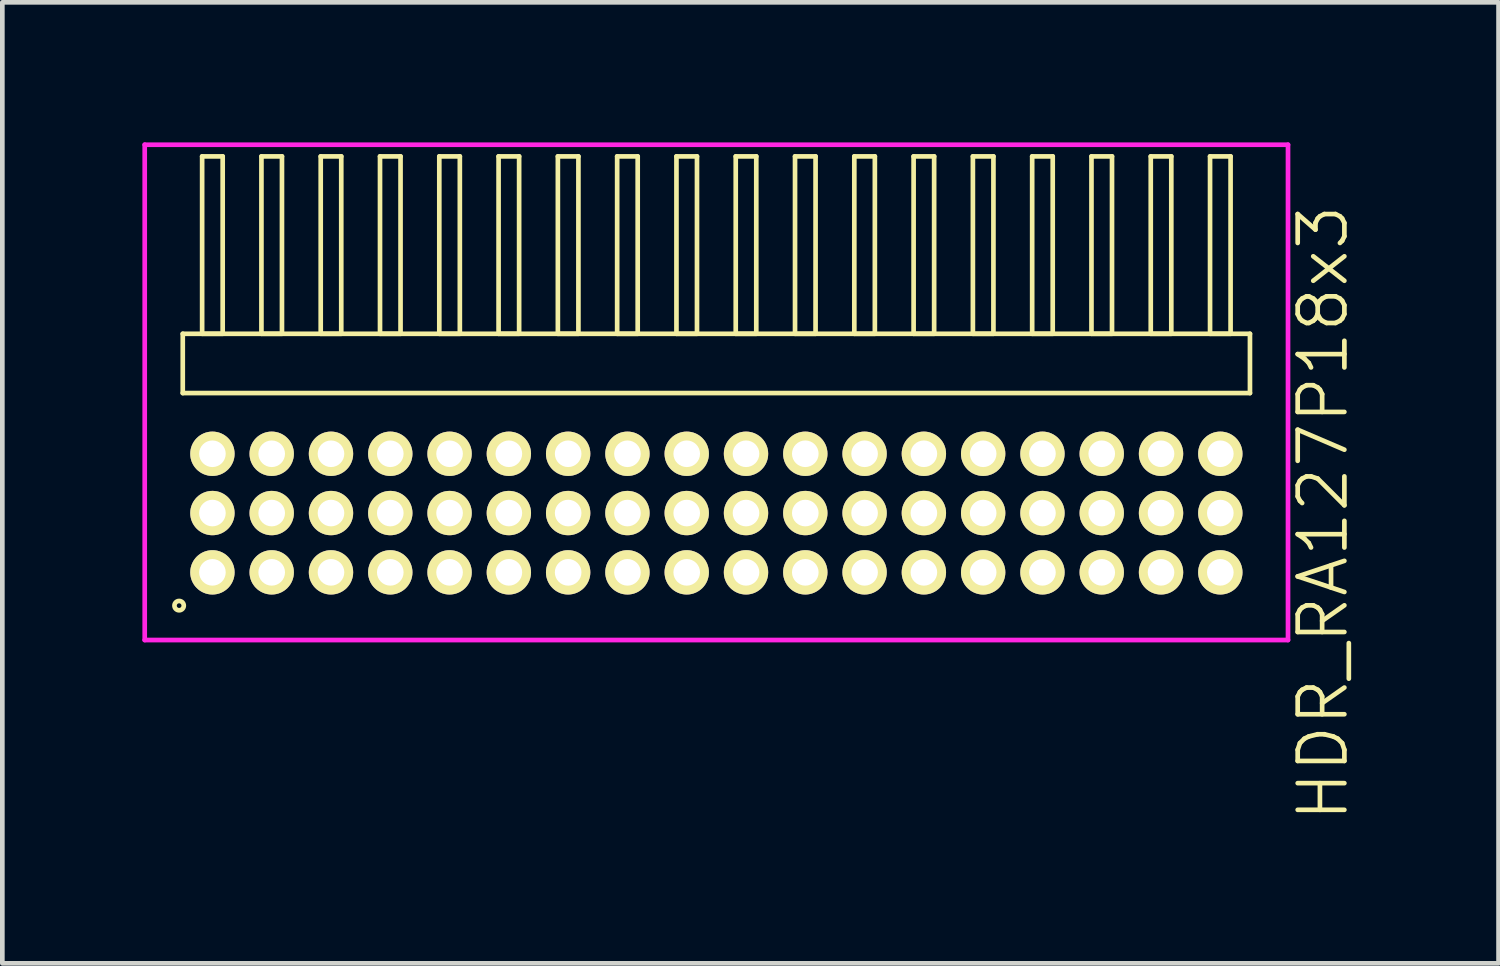
<source format=kicad_pcb>
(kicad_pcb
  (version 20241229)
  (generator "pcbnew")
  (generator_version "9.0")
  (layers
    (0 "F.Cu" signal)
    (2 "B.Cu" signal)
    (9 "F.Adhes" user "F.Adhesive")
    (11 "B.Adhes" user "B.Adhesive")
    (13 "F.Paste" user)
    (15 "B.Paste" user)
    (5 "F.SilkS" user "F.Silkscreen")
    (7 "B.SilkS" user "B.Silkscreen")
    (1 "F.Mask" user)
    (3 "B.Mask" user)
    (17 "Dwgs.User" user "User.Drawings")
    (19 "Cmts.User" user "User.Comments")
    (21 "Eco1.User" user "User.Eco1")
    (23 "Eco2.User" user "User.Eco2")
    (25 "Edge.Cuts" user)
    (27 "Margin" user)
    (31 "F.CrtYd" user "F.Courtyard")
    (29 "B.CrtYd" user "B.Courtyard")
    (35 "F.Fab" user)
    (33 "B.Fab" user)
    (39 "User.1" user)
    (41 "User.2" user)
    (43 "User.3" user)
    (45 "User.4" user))
  (footprint "HDR_RA127P18x3"
    (layer "F.Cu")
    (at 12.295 7.94)
    (property "Reference" "HDR_RA127P18x3" (at 12.995 0 90) (layer "F.SilkS") (effects (font (size 1 1) (thickness 0.1))))
    (attr through_hole)
    (fp_line (start -11.43 -3.84) (end -11.43 -2.57) (stroke (width 0.1) (type solid)) (layer "F.SilkS"))
    (fp_line (start -11.43 -2.57) (end 11.43 -2.57) (stroke (width 0.1) (type solid)) (layer "F.SilkS"))
    (fp_line (start -11.015 -7.64) (end -11.015 -3.84) (stroke (width 0.1) (type solid)) (layer "F.SilkS"))
    (fp_line (start -11.015 -3.84) (end -10.575 -3.84) (stroke (width 0.1) (type solid)) (layer "F.SilkS"))
    (fp_line (start -10.575 -7.64) (end -11.015 -7.64) (stroke (width 0.1) (type solid)) (layer "F.SilkS"))
    (fp_line (start -10.575 -3.84) (end -10.575 -7.64) (stroke (width 0.1) (type solid)) (layer "F.SilkS"))
    (fp_line (start -9.745 -7.64) (end -9.745 -3.84) (stroke (width 0.1) (type solid)) (layer "F.SilkS"))
    (fp_line (start -9.745 -3.84) (end -9.305 -3.84) (stroke (width 0.1) (type solid)) (layer "F.SilkS"))
    (fp_line (start -9.305 -7.64) (end -9.745 -7.64) (stroke (width 0.1) (type solid)) (layer "F.SilkS"))
    (fp_line (start -9.305 -3.84) (end -9.305 -7.64) (stroke (width 0.1) (type solid)) (layer "F.SilkS"))
    (fp_line (start -8.475 -7.64) (end -8.475 -3.84) (stroke (width 0.1) (type solid)) (layer "F.SilkS"))
    (fp_line (start -8.475 -3.84) (end -8.035 -3.84) (stroke (width 0.1) (type solid)) (layer "F.SilkS"))
    (fp_line (start -8.035 -7.64) (end -8.475 -7.64) (stroke (width 0.1) (type solid)) (layer "F.SilkS"))
    (fp_line (start -8.035 -3.84) (end -8.035 -7.64) (stroke (width 0.1) (type solid)) (layer "F.SilkS"))
    (fp_line (start -7.205 -7.64) (end -7.205 -3.84) (stroke (width 0.1) (type solid)) (layer "F.SilkS"))
    (fp_line (start -7.205 -3.84) (end -6.765 -3.84) (stroke (width 0.1) (type solid)) (layer "F.SilkS"))
    (fp_line (start -6.765 -7.64) (end -7.205 -7.64) (stroke (width 0.1) (type solid)) (layer "F.SilkS"))
    (fp_line (start -6.765 -3.84) (end -6.765 -7.64) (stroke (width 0.1) (type solid)) (layer "F.SilkS"))
    (fp_line (start -5.935 -7.64) (end -5.935 -3.84) (stroke (width 0.1) (type solid)) (layer "F.SilkS"))
    (fp_line (start -5.935 -3.84) (end -5.495 -3.84) (stroke (width 0.1) (type solid)) (layer "F.SilkS"))
    (fp_line (start -5.495 -7.64) (end -5.935 -7.64) (stroke (width 0.1) (type solid)) (layer "F.SilkS"))
    (fp_line (start -5.495 -3.84) (end -5.495 -7.64) (stroke (width 0.1) (type solid)) (layer "F.SilkS"))
    (fp_line (start -4.665 -7.64) (end -4.665 -3.84) (stroke (width 0.1) (type solid)) (layer "F.SilkS"))
    (fp_line (start -4.665 -3.84) (end -4.225 -3.84) (stroke (width 0.1) (type solid)) (layer "F.SilkS"))
    (fp_line (start -4.225 -7.64) (end -4.665 -7.64) (stroke (width 0.1) (type solid)) (layer "F.SilkS"))
    (fp_line (start -4.225 -3.84) (end -4.225 -7.64) (stroke (width 0.1) (type solid)) (layer "F.SilkS"))
    (fp_line (start -3.395 -7.64) (end -3.395 -3.84) (stroke (width 0.1) (type solid)) (layer "F.SilkS"))
    (fp_line (start -3.395 -3.84) (end -2.955 -3.84) (stroke (width 0.1) (type solid)) (layer "F.SilkS"))
    (fp_line (start -2.955 -7.64) (end -3.395 -7.64) (stroke (width 0.1) (type solid)) (layer "F.SilkS"))
    (fp_line (start -2.955 -3.84) (end -2.955 -7.64) (stroke (width 0.1) (type solid)) (layer "F.SilkS"))
    (fp_line (start -2.125 -7.64) (end -2.125 -3.84) (stroke (width 0.1) (type solid)) (layer "F.SilkS"))
    (fp_line (start -2.125 -3.84) (end -1.685 -3.84) (stroke (width 0.1) (type solid)) (layer "F.SilkS"))
    (fp_line (start -1.685 -7.64) (end -2.125 -7.64) (stroke (width 0.1) (type solid)) (layer "F.SilkS"))
    (fp_line (start -1.685 -3.84) (end -1.685 -7.64) (stroke (width 0.1) (type solid)) (layer "F.SilkS"))
    (fp_line (start -0.855 -7.64) (end -0.855 -3.84) (stroke (width 0.1) (type solid)) (layer "F.SilkS"))
    (fp_line (start -0.855 -3.84) (end -0.415 -3.84) (stroke (width 0.1) (type solid)) (layer "F.SilkS"))
    (fp_line (start -0.415 -7.64) (end -0.855 -7.64) (stroke (width 0.1) (type solid)) (layer "F.SilkS"))
    (fp_line (start -0.415 -3.84) (end -0.415 -7.64) (stroke (width 0.1) (type solid)) (layer "F.SilkS"))
    (fp_line (start 0.415 -7.64) (end 0.415 -3.84) (stroke (width 0.1) (type solid)) (layer "F.SilkS"))
    (fp_line (start 0.415 -3.84) (end 0.855 -3.84) (stroke (width 0.1) (type solid)) (layer "F.SilkS"))
    (fp_line (start 0.855 -7.64) (end 0.415 -7.64) (stroke (width 0.1) (type solid)) (layer "F.SilkS"))
    (fp_line (start 0.855 -3.84) (end 0.855 -7.64) (stroke (width 0.1) (type solid)) (layer "F.SilkS"))
    (fp_line (start 1.685 -7.64) (end 1.685 -3.84) (stroke (width 0.1) (type solid)) (layer "F.SilkS"))
    (fp_line (start 1.685 -3.84) (end 2.125 -3.84) (stroke (width 0.1) (type solid)) (layer "F.SilkS"))
    (fp_line (start 2.125 -7.64) (end 1.685 -7.64) (stroke (width 0.1) (type solid)) (layer "F.SilkS"))
    (fp_line (start 2.125 -3.84) (end 2.125 -7.64) (stroke (width 0.1) (type solid)) (layer "F.SilkS"))
    (fp_line (start 2.955 -7.64) (end 2.955 -3.84) (stroke (width 0.1) (type solid)) (layer "F.SilkS"))
    (fp_line (start 2.955 -3.84) (end 3.395 -3.84) (stroke (width 0.1) (type solid)) (layer "F.SilkS"))
    (fp_line (start 3.395 -7.64) (end 2.955 -7.64) (stroke (width 0.1) (type solid)) (layer "F.SilkS"))
    (fp_line (start 3.395 -3.84) (end 3.395 -7.64) (stroke (width 0.1) (type solid)) (layer "F.SilkS"))
    (fp_line (start 4.225 -7.64) (end 4.225 -3.84) (stroke (width 0.1) (type solid)) (layer "F.SilkS"))
    (fp_line (start 4.225 -3.84) (end 4.665 -3.84) (stroke (width 0.1) (type solid)) (layer "F.SilkS"))
    (fp_line (start 4.665 -7.64) (end 4.225 -7.64) (stroke (width 0.1) (type solid)) (layer "F.SilkS"))
    (fp_line (start 4.665 -3.84) (end 4.665 -7.64) (stroke (width 0.1) (type solid)) (layer "F.SilkS"))
    (fp_line (start 5.495 -7.64) (end 5.495 -3.84) (stroke (width 0.1) (type solid)) (layer "F.SilkS"))
    (fp_line (start 5.495 -3.84) (end 5.935 -3.84) (stroke (width 0.1) (type solid)) (layer "F.SilkS"))
    (fp_line (start 5.935 -7.64) (end 5.495 -7.64) (stroke (width 0.1) (type solid)) (layer "F.SilkS"))
    (fp_line (start 5.935 -3.84) (end 5.935 -7.64) (stroke (width 0.1) (type solid)) (layer "F.SilkS"))
    (fp_line (start 6.765 -7.64) (end 6.765 -3.84) (stroke (width 0.1) (type solid)) (layer "F.SilkS"))
    (fp_line (start 6.765 -3.84) (end 7.205 -3.84) (stroke (width 0.1) (type solid)) (layer "F.SilkS"))
    (fp_line (start 7.205 -7.64) (end 6.765 -7.64) (stroke (width 0.1) (type solid)) (layer "F.SilkS"))
    (fp_line (start 7.205 -3.84) (end 7.205 -7.64) (stroke (width 0.1) (type solid)) (layer "F.SilkS"))
    (fp_line (start 8.035 -7.64) (end 8.035 -3.84) (stroke (width 0.1) (type solid)) (layer "F.SilkS"))
    (fp_line (start 8.035 -3.84) (end 8.475 -3.84) (stroke (width 0.1) (type solid)) (layer "F.SilkS"))
    (fp_line (start 8.475 -7.64) (end 8.035 -7.64) (stroke (width 0.1) (type solid)) (layer "F.SilkS"))
    (fp_line (start 8.475 -3.84) (end 8.475 -7.64) (stroke (width 0.1) (type solid)) (layer "F.SilkS"))
    (fp_line (start 9.305 -7.64) (end 9.305 -3.84) (stroke (width 0.1) (type solid)) (layer "F.SilkS"))
    (fp_line (start 9.305 -3.84) (end 9.745 -3.84) (stroke (width 0.1) (type solid)) (layer "F.SilkS"))
    (fp_line (start 9.745 -7.64) (end 9.305 -7.64) (stroke (width 0.1) (type solid)) (layer "F.SilkS"))
    (fp_line (start 9.745 -3.84) (end 9.745 -7.64) (stroke (width 0.1) (type solid)) (layer "F.SilkS"))
    (fp_line (start 10.575 -7.64) (end 10.575 -3.84) (stroke (width 0.1) (type solid)) (layer "F.SilkS"))
    (fp_line (start 10.575 -3.84) (end 11.015 -3.84) (stroke (width 0.1) (type solid)) (layer "F.SilkS"))
    (fp_line (start 11.015 -7.64) (end 10.575 -7.64) (stroke (width 0.1) (type solid)) (layer "F.SilkS"))
    (fp_line (start 11.015 -3.84) (end 11.015 -7.64) (stroke (width 0.1) (type solid)) (layer "F.SilkS"))
    (fp_line (start 11.43 -3.84) (end -11.43 -3.84) (stroke (width 0.1) (type solid)) (layer "F.SilkS"))
    (fp_line (start 11.43 -2.57) (end 11.43 -3.84) (stroke (width 0.1) (type solid)) (layer "F.SilkS"))
    (fp_circle (center -11.508 1.983) (end -11.408 1.983) (stroke (width 0.1) (type solid)) (fill no) (layer "F.SilkS"))
    (fp_line (start -12.245 -7.89) (end -12.245 2.72) (stroke (width 0.1) (type solid)) (layer "F.CrtYd"))
    (fp_line (start -12.245 2.72) (end 12.245 2.72) (stroke (width 0.1) (type solid)) (layer "F.CrtYd"))
    (fp_line (start 12.245 -7.89) (end -12.245 -7.89) (stroke (width 0.1) (type solid)) (layer "F.CrtYd"))
    (fp_line (start 12.245 2.72) (end 12.245 -7.89) (stroke (width 0.1) (type solid)) (layer "F.CrtYd"))
    (pad "1" thru_hole oval (at -10.795 1.27) (size 0.95 0.95) (drill 0.57) (layers "*.Cu" "*.Mask" "F.SilkS"))
    (pad "2" thru_hole oval (at -10.795 0) (size 0.95 0.95) (drill 0.57) (layers "*.Cu" "*.Mask" "F.SilkS"))
    (pad "3" thru_hole oval (at -10.795 -1.27) (size 0.95 0.95) (drill 0.57) (layers "*.Cu" "*.Mask" "F.SilkS"))
    (pad "4" thru_hole oval (at -9.525 1.27) (size 0.95 0.95) (drill 0.57) (layers "*.Cu" "*.Mask" "F.SilkS"))
    (pad "5" thru_hole oval (at -9.525 0) (size 0.95 0.95) (drill 0.57) (layers "*.Cu" "*.Mask" "F.SilkS"))
    (pad "6" thru_hole oval (at -9.525 -1.27) (size 0.95 0.95) (drill 0.57) (layers "*.Cu" "*.Mask" "F.SilkS"))
    (pad "7" thru_hole oval (at -8.255 1.27) (size 0.95 0.95) (drill 0.57) (layers "*.Cu" "*.Mask" "F.SilkS"))
    (pad "8" thru_hole oval (at -8.255 0) (size 0.95 0.95) (drill 0.57) (layers "*.Cu" "*.Mask" "F.SilkS"))
    (pad "9" thru_hole oval (at -8.255 -1.27) (size 0.95 0.95) (drill 0.57) (layers "*.Cu" "*.Mask" "F.SilkS"))
    (pad "10" thru_hole oval (at -6.985 1.27) (size 0.95 0.95) (drill 0.57) (layers "*.Cu" "*.Mask" "F.SilkS"))
    (pad "11" thru_hole oval (at -6.985 0) (size 0.95 0.95) (drill 0.57) (layers "*.Cu" "*.Mask" "F.SilkS"))
    (pad "12" thru_hole oval (at -6.985 -1.27) (size 0.95 0.95) (drill 0.57) (layers "*.Cu" "*.Mask" "F.SilkS"))
    (pad "13" thru_hole oval (at -5.715 1.27) (size 0.95 0.95) (drill 0.57) (layers "*.Cu" "*.Mask" "F.SilkS"))
    (pad "14" thru_hole oval (at -5.715 0) (size 0.95 0.95) (drill 0.57) (layers "*.Cu" "*.Mask" "F.SilkS"))
    (pad "15" thru_hole oval (at -5.715 -1.27) (size 0.95 0.95) (drill 0.57) (layers "*.Cu" "*.Mask" "F.SilkS"))
    (pad "16" thru_hole oval (at -4.445 1.27) (size 0.95 0.95) (drill 0.57) (layers "*.Cu" "*.Mask" "F.SilkS"))
    (pad "17" thru_hole oval (at -4.445 0) (size 0.95 0.95) (drill 0.57) (layers "*.Cu" "*.Mask" "F.SilkS"))
    (pad "18" thru_hole oval (at -4.445 -1.27) (size 0.95 0.95) (drill 0.57) (layers "*.Cu" "*.Mask" "F.SilkS"))
    (pad "19" thru_hole oval (at -3.175 1.27) (size 0.95 0.95) (drill 0.57) (layers "*.Cu" "*.Mask" "F.SilkS"))
    (pad "20" thru_hole oval (at -3.175 0) (size 0.95 0.95) (drill 0.57) (layers "*.Cu" "*.Mask" "F.SilkS"))
    (pad "21" thru_hole oval (at -3.175 -1.27) (size 0.95 0.95) (drill 0.57) (layers "*.Cu" "*.Mask" "F.SilkS"))
    (pad "22" thru_hole oval (at -1.905 1.27) (size 0.95 0.95) (drill 0.57) (layers "*.Cu" "*.Mask" "F.SilkS"))
    (pad "23" thru_hole oval (at -1.905 0) (size 0.95 0.95) (drill 0.57) (layers "*.Cu" "*.Mask" "F.SilkS"))
    (pad "24" thru_hole oval (at -1.905 -1.27) (size 0.95 0.95) (drill 0.57) (layers "*.Cu" "*.Mask" "F.SilkS"))
    (pad "25" thru_hole oval (at -0.635 1.27) (size 0.95 0.95) (drill 0.57) (layers "*.Cu" "*.Mask" "F.SilkS"))
    (pad "26" thru_hole oval (at -0.635 0) (size 0.95 0.95) (drill 0.57) (layers "*.Cu" "*.Mask" "F.SilkS"))
    (pad "27" thru_hole oval (at -0.635 -1.27) (size 0.95 0.95) (drill 0.57) (layers "*.Cu" "*.Mask" "F.SilkS"))
    (pad "28" thru_hole oval (at 0.635 1.27) (size 0.95 0.95) (drill 0.57) (layers "*.Cu" "*.Mask" "F.SilkS"))
    (pad "29" thru_hole oval (at 0.635 0) (size 0.95 0.95) (drill 0.57) (layers "*.Cu" "*.Mask" "F.SilkS"))
    (pad "30" thru_hole oval (at 0.635 -1.27) (size 0.95 0.95) (drill 0.57) (layers "*.Cu" "*.Mask" "F.SilkS"))
    (pad "31" thru_hole oval (at 1.905 1.27) (size 0.95 0.95) (drill 0.57) (layers "*.Cu" "*.Mask" "F.SilkS"))
    (pad "32" thru_hole oval (at 1.905 0) (size 0.95 0.95) (drill 0.57) (layers "*.Cu" "*.Mask" "F.SilkS"))
    (pad "33" thru_hole oval (at 1.905 -1.27) (size 0.95 0.95) (drill 0.57) (layers "*.Cu" "*.Mask" "F.SilkS"))
    (pad "34" thru_hole oval (at 3.175 1.27) (size 0.95 0.95) (drill 0.57) (layers "*.Cu" "*.Mask" "F.SilkS"))
    (pad "35" thru_hole oval (at 3.175 0) (size 0.95 0.95) (drill 0.57) (layers "*.Cu" "*.Mask" "F.SilkS"))
    (pad "36" thru_hole oval (at 3.175 -1.27) (size 0.95 0.95) (drill 0.57) (layers "*.Cu" "*.Mask" "F.SilkS"))
    (pad "37" thru_hole oval (at 4.445 1.27) (size 0.95 0.95) (drill 0.57) (layers "*.Cu" "*.Mask" "F.SilkS"))
    (pad "38" thru_hole oval (at 4.445 0) (size 0.95 0.95) (drill 0.57) (layers "*.Cu" "*.Mask" "F.SilkS"))
    (pad "39" thru_hole oval (at 4.445 -1.27) (size 0.95 0.95) (drill 0.57) (layers "*.Cu" "*.Mask" "F.SilkS"))
    (pad "40" thru_hole oval (at 5.715 1.27) (size 0.95 0.95) (drill 0.57) (layers "*.Cu" "*.Mask" "F.SilkS"))
    (pad "41" thru_hole oval (at 5.715 0) (size 0.95 0.95) (drill 0.57) (layers "*.Cu" "*.Mask" "F.SilkS"))
    (pad "42" thru_hole oval (at 5.715 -1.27) (size 0.95 0.95) (drill 0.57) (layers "*.Cu" "*.Mask" "F.SilkS"))
    (pad "43" thru_hole oval (at 6.985 1.27) (size 0.95 0.95) (drill 0.57) (layers "*.Cu" "*.Mask" "F.SilkS"))
    (pad "44" thru_hole oval (at 6.985 0) (size 0.95 0.95) (drill 0.57) (layers "*.Cu" "*.Mask" "F.SilkS"))
    (pad "45" thru_hole oval (at 6.985 -1.27) (size 0.95 0.95) (drill 0.57) (layers "*.Cu" "*.Mask" "F.SilkS"))
    (pad "46" thru_hole oval (at 8.255 1.27) (size 0.95 0.95) (drill 0.57) (layers "*.Cu" "*.Mask" "F.SilkS"))
    (pad "47" thru_hole oval (at 8.255 0) (size 0.95 0.95) (drill 0.57) (layers "*.Cu" "*.Mask" "F.SilkS"))
    (pad "48" thru_hole oval (at 8.255 -1.27) (size 0.95 0.95) (drill 0.57) (layers "*.Cu" "*.Mask" "F.SilkS"))
    (pad "49" thru_hole oval (at 9.525 1.27) (size 0.95 0.95) (drill 0.57) (layers "*.Cu" "*.Mask" "F.SilkS"))
    (pad "50" thru_hole oval (at 9.525 0) (size 0.95 0.95) (drill 0.57) (layers "*.Cu" "*.Mask" "F.SilkS"))
    (pad "51" thru_hole oval (at 9.525 -1.27) (size 0.95 0.95) (drill 0.57) (layers "*.Cu" "*.Mask" "F.SilkS"))
    (pad "52" thru_hole oval (at 10.795 1.27) (size 0.95 0.95) (drill 0.57) (layers "*.Cu" "*.Mask" "F.SilkS"))
    (pad "53" thru_hole oval (at 10.795 0) (size 0.95 0.95) (drill 0.57) (layers "*.Cu" "*.Mask" "F.SilkS"))
    (pad "54" thru_hole oval (at 10.795 -1.27) (size 0.95 0.95) (drill 0.57) (layers "*.Cu" "*.Mask" "F.SilkS")))
  (gr_rect
    (start -3 -3)
    (end 29.05 17.585)
    (stroke (width 0.1) (type default))
    (fill no)
    (layer "Edge.Cuts")))
</source>
